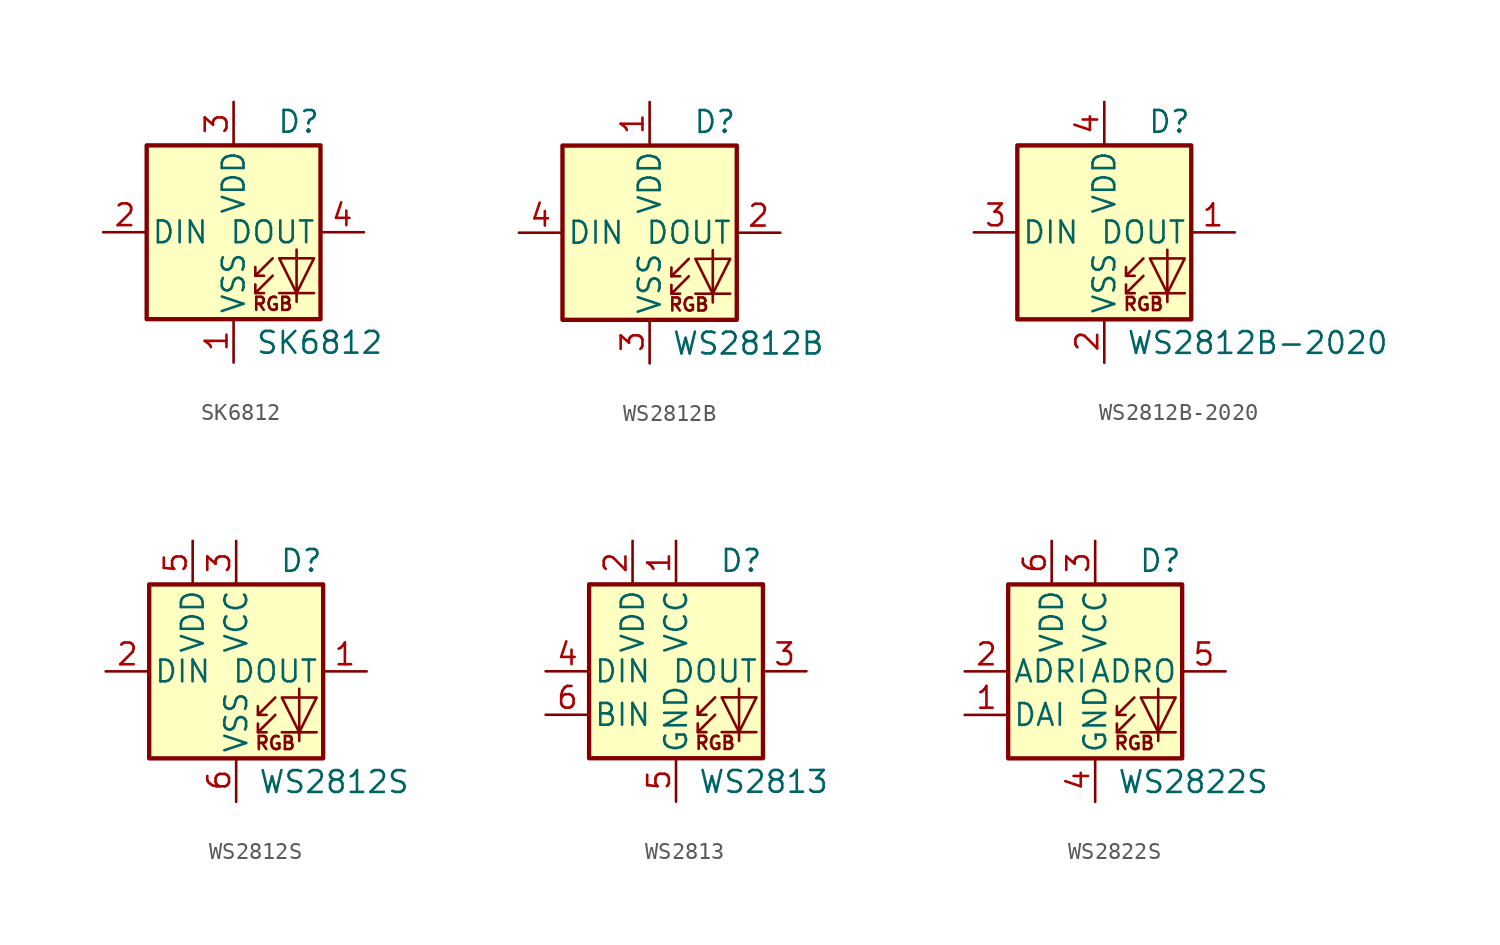
<source format=kicad_sym>
(kicad_symbol_lib
  (version 20241209)
  (generator "kicad_symbol_editor")
  (generator_version "9.0")
  (symbol "SK6812"
    (pin_names
      (offset 0.254))
    (property "Reference" "D"
      (at 5.08 5.715 0)
      (effects (font (size 1.27 1.27)) (justify right bottom)))
    (property "Value" "SK6812"
      (at 1.27 -5.715 0)
      (effects (font (size 1.27 1.27)) (justify left top)))
    (symbol "SK6812_0_0"
      (text "RGB" (at 2.286 -4.191 0) (effects (font (size 0.762 0.762)))))
    (symbol "SK6812_0_1"
      (polyline (pts (xy 1.27 -2.54) (xy 1.778 -2.54)) (stroke (width 0) (type default)) (fill (type none)))
      (polyline (pts (xy 1.27 -3.556) (xy 1.778 -3.556)) (stroke (width 0) (type default)) (fill (type none)))
      (polyline (pts (xy 2.286 -1.524) (xy 1.27 -2.54) (xy 1.27 -2.032)) (stroke (width 0) (type default)) (fill (type none)))
      (polyline (pts (xy 2.286 -2.54) (xy 1.27 -3.556) (xy 1.27 -3.048)) (stroke (width 0) (type default)) (fill (type none)))
      (polyline (pts (xy 3.683 -1.016) (xy 3.683 -3.556) (xy 3.683 -4.064)) (stroke (width 0) (type default)) (fill (type none)))
      (polyline (pts (xy 4.699 -1.524) (xy 2.667 -1.524) (xy 3.683 -3.556) (xy 4.699 -1.524)) (stroke (width 0) (type default)) (fill (type none)))
      (polyline (pts (xy 4.699 -3.556) (xy 2.667 -3.556)) (stroke (width 0) (type default)) (fill (type none)))
      (rectangle (start 5.08 5.08) (end -5.08 -5.08) (stroke (width 0.254) (type default)) (fill (type background))))
    (symbol "SK6812_1_1"
      (pin input line (at -7.62 0 0) (length 2.54) (name "DIN" (effects (font (size 1.27 1.27)))) (number "2" (effects (font (size 1.27 1.27)))))
      (pin power_in line (at 0 7.62 270) (length 2.54) (name "VDD" (effects (font (size 1.27 1.27)))) (number "3" (effects (font (size 1.27 1.27)))))
      (pin power_in line (at 0 -7.62 90) (length 2.54) (name "VSS" (effects (font (size 1.27 1.27)))) (number "1" (effects (font (size 1.27 1.27)))))
      (pin output line (at 7.62 0 180) (length 2.54) (name "DOUT" (effects (font (size 1.27 1.27)))) (number "4" (effects (font (size 1.27 1.27)))))))
  (symbol "WS2812B"
    (pin_names
      (offset 0.254))
    (property "Reference" "D"
      (at 5.08 5.715 0)
      (effects (font (size 1.27 1.27)) (justify right bottom)))
    (property "Value" "WS2812B"
      (at 1.27 -5.715 0)
      (effects (font (size 1.27 1.27)) (justify left top)))
    (symbol "WS2812B_0_0"
      (text "RGB" (at 2.286 -4.191 0) (effects (font (size 0.762 0.762)))))
    (symbol "WS2812B_0_1"
      (polyline (pts (xy 1.27 -2.54) (xy 1.778 -2.54)) (stroke (width 0) (type default)) (fill (type none)))
      (polyline (pts (xy 1.27 -3.556) (xy 1.778 -3.556)) (stroke (width 0) (type default)) (fill (type none)))
      (polyline (pts (xy 2.286 -1.524) (xy 1.27 -2.54) (xy 1.27 -2.032)) (stroke (width 0) (type default)) (fill (type none)))
      (polyline (pts (xy 2.286 -2.54) (xy 1.27 -3.556) (xy 1.27 -3.048)) (stroke (width 0) (type default)) (fill (type none)))
      (polyline (pts (xy 3.683 -1.016) (xy 3.683 -3.556) (xy 3.683 -4.064)) (stroke (width 0) (type default)) (fill (type none)))
      (polyline (pts (xy 4.699 -1.524) (xy 2.667 -1.524) (xy 3.683 -3.556) (xy 4.699 -1.524)) (stroke (width 0) (type default)) (fill (type none)))
      (polyline (pts (xy 4.699 -3.556) (xy 2.667 -3.556)) (stroke (width 0) (type default)) (fill (type none)))
      (rectangle (start 5.08 5.08) (end -5.08 -5.08) (stroke (width 0.254) (type default)) (fill (type background))))
    (symbol "WS2812B_1_1"
      (pin input line (at -7.62 0 0) (length 2.54) (name "DIN" (effects (font (size 1.27 1.27)))) (number "4" (effects (font (size 1.27 1.27)))))
      (pin power_in line (at 0 7.62 270) (length 2.54) (name "VDD" (effects (font (size 1.27 1.27)))) (number "1" (effects (font (size 1.27 1.27)))))
      (pin power_in line (at 0 -7.62 90) (length 2.54) (name "VSS" (effects (font (size 1.27 1.27)))) (number "3" (effects (font (size 1.27 1.27)))))
      (pin output line (at 7.62 0 180) (length 2.54) (name "DOUT" (effects (font (size 1.27 1.27)))) (number "2" (effects (font (size 1.27 1.27)))))))
  (symbol "WS2812B-2020"
    (pin_names
      (offset 0.254))
    (property "Reference" "D"
      (at 5.08 5.715 0)
      (effects (font (size 1.27 1.27)) (justify right bottom)))
    (property "Value" "WS2812B-2020"
      (at 1.27 -5.715 0)
      (effects (font (size 1.27 1.27)) (justify left top)))
    (symbol "WS2812B-2020_0_0"
      (text "RGB" (at 2.286 -4.191 0) (effects (font (size 0.762 0.762)))))
    (symbol "WS2812B-2020_0_1"
      (polyline (pts (xy 1.27 -2.54) (xy 1.778 -2.54)) (stroke (width 0) (type default)) (fill (type none)))
      (polyline (pts (xy 1.27 -3.556) (xy 1.778 -3.556)) (stroke (width 0) (type default)) (fill (type none)))
      (polyline (pts (xy 2.286 -1.524) (xy 1.27 -2.54) (xy 1.27 -2.032)) (stroke (width 0) (type default)) (fill (type none)))
      (polyline (pts (xy 2.286 -2.54) (xy 1.27 -3.556) (xy 1.27 -3.048)) (stroke (width 0) (type default)) (fill (type none)))
      (polyline (pts (xy 3.683 -1.016) (xy 3.683 -3.556) (xy 3.683 -4.064)) (stroke (width 0) (type default)) (fill (type none)))
      (polyline (pts (xy 4.699 -1.524) (xy 2.667 -1.524) (xy 3.683 -3.556) (xy 4.699 -1.524)) (stroke (width 0) (type default)) (fill (type none)))
      (polyline (pts (xy 4.699 -3.556) (xy 2.667 -3.556)) (stroke (width 0) (type default)) (fill (type none)))
      (rectangle (start 5.08 5.08) (end -5.08 -5.08) (stroke (width 0.254) (type default)) (fill (type background))))
    (symbol "WS2812B-2020_1_1"
      (pin input line (at -7.62 0 0) (length 2.54) (name "DIN" (effects (font (size 1.27 1.27)))) (number "3" (effects (font (size 1.27 1.27)))))
      (pin power_in line (at 0 7.62 270) (length 2.54) (name "VDD" (effects (font (size 1.27 1.27)))) (number "4" (effects (font (size 1.27 1.27)))))
      (pin power_in line (at 0 -7.62 90) (length 2.54) (name "VSS" (effects (font (size 1.27 1.27)))) (number "2" (effects (font (size 1.27 1.27)))))
      (pin output line (at 7.62 0 180) (length 2.54) (name "DOUT" (effects (font (size 1.27 1.27)))) (number "1" (effects (font (size 1.27 1.27)))))))
  (symbol "WS2812S"
    (pin_names
      (offset 0.254))
    (property "Reference" "D"
      (at 5.08 5.715 0)
      (effects (font (size 1.27 1.27)) (justify right bottom)))
    (property "Value" "WS2812S"
      (at 1.27 -5.715 0)
      (effects (font (size 1.27 1.27)) (justify left top)))
    (symbol "WS2812S_0_0"
      (text "RGB" (at 2.286 -4.191 0) (effects (font (size 0.762 0.762)))))
    (symbol "WS2812S_0_1"
      (polyline (pts (xy 1.27 -2.54) (xy 1.778 -2.54)) (stroke (width 0) (type default)) (fill (type none)))
      (polyline (pts (xy 1.27 -3.556) (xy 1.778 -3.556)) (stroke (width 0) (type default)) (fill (type none)))
      (polyline (pts (xy 2.286 -1.524) (xy 1.27 -2.54) (xy 1.27 -2.032)) (stroke (width 0) (type default)) (fill (type none)))
      (polyline (pts (xy 2.286 -2.54) (xy 1.27 -3.556) (xy 1.27 -3.048)) (stroke (width 0) (type default)) (fill (type none)))
      (polyline (pts (xy 3.683 -1.016) (xy 3.683 -3.556) (xy 3.683 -4.064)) (stroke (width 0) (type default)) (fill (type none)))
      (polyline (pts (xy 4.699 -1.524) (xy 2.667 -1.524) (xy 3.683 -3.556) (xy 4.699 -1.524)) (stroke (width 0) (type default)) (fill (type none)))
      (polyline (pts (xy 4.699 -3.556) (xy 2.667 -3.556)) (stroke (width 0) (type default)) (fill (type none)))
      (rectangle (start 5.08 5.08) (end -5.08 -5.08) (stroke (width 0.254) (type default)) (fill (type background))))
    (symbol "WS2812S_1_1"
      (pin input line (at -7.62 0 0) (length 2.54) (name "DIN" (effects (font (size 1.27 1.27)))) (number "2" (effects (font (size 1.27 1.27)))))
      (pin power_in line (at -2.54 7.62 270) (length 2.54) (name "VDD" (effects (font (size 1.27 1.27)))) (number "5" (effects (font (size 1.27 1.27)))))
      (pin power_in line (at 0 7.62 270) (length 2.54) (name "VCC" (effects (font (size 1.27 1.27)))) (number "3" (effects (font (size 1.27 1.27)))))
      (pin power_in line (at 0 -7.62 90) (length 2.54) (name "VSS" (effects (font (size 1.27 1.27)))) (number "6" (effects (font (size 1.27 1.27)))))
      (pin no_connect line (at 5.08 2.54 180) (length 2.54) (hide yes) (name "NC" (effects (font (size 1.27 1.27)))) (number "4" (effects (font (size 1.27 1.27)))))
      (pin output line (at 7.62 0 180) (length 2.54) (name "DOUT" (effects (font (size 1.27 1.27)))) (number "1" (effects (font (size 1.27 1.27)))))))
  (symbol "WS2813"
    (pin_names
      (offset 0.254))
    (property "Reference" "D"
      (at 5.08 5.715 0)
      (effects (font (size 1.27 1.27)) (justify right bottom)))
    (property "Value" "WS2813"
      (at 1.27 -5.715 0)
      (effects (font (size 1.27 1.27)) (justify left top)))
    (symbol "WS2813_0_0"
      (text "RGB" (at 2.286 -4.191 0) (effects (font (size 0.762 0.762)))))
    (symbol "WS2813_0_1"
      (polyline (pts (xy 1.27 -2.54) (xy 1.778 -2.54)) (stroke (width 0) (type default)) (fill (type none)))
      (polyline (pts (xy 1.27 -3.556) (xy 1.778 -3.556)) (stroke (width 0) (type default)) (fill (type none)))
      (polyline (pts (xy 2.286 -1.524) (xy 1.27 -2.54) (xy 1.27 -2.032)) (stroke (width 0) (type default)) (fill (type none)))
      (polyline (pts (xy 2.286 -2.54) (xy 1.27 -3.556) (xy 1.27 -3.048)) (stroke (width 0) (type default)) (fill (type none)))
      (polyline (pts (xy 3.683 -1.016) (xy 3.683 -3.556) (xy 3.683 -4.064)) (stroke (width 0) (type default)) (fill (type none)))
      (polyline (pts (xy 4.699 -1.524) (xy 2.667 -1.524) (xy 3.683 -3.556) (xy 4.699 -1.524)) (stroke (width 0) (type default)) (fill (type none)))
      (polyline (pts (xy 4.699 -3.556) (xy 2.667 -3.556)) (stroke (width 0) (type default)) (fill (type none)))
      (rectangle (start 5.08 5.08) (end -5.08 -5.08) (stroke (width 0.254) (type default)) (fill (type background))))
    (symbol "WS2813_1_1"
      (pin input line (at -7.62 0 0) (length 2.54) (name "DIN" (effects (font (size 1.27 1.27)))) (number "4" (effects (font (size 1.27 1.27)))))
      (pin input line (at -7.62 -2.54 0) (length 2.54) (name "BIN" (effects (font (size 1.27 1.27)))) (number "6" (effects (font (size 1.27 1.27)))))
      (pin power_in line (at -2.54 7.62 270) (length 2.54) (name "VDD" (effects (font (size 1.27 1.27)))) (number "2" (effects (font (size 1.27 1.27)))))
      (pin power_in line (at 0 7.62 270) (length 2.54) (name "VCC" (effects (font (size 1.27 1.27)))) (number "1" (effects (font (size 1.27 1.27)))))
      (pin power_in line (at 0 -7.62 90) (length 2.54) (name "GND" (effects (font (size 1.27 1.27)))) (number "5" (effects (font (size 1.27 1.27)))))
      (pin output line (at 7.62 0 180) (length 2.54) (name "DOUT" (effects (font (size 1.27 1.27)))) (number "3" (effects (font (size 1.27 1.27)))))))
  (symbol "WS2822S"
    (pin_names
      (offset 0.254))
    (property "Reference" "D"
      (at 5.08 5.715 0)
      (effects (font (size 1.27 1.27)) (justify right bottom)))
    (property "Value" "WS2822S"
      (at 1.27 -5.715 0)
      (effects (font (size 1.27 1.27)) (justify left top)))
    (symbol "WS2822S_0_0"
      (text "RGB" (at 2.286 -4.191 0) (effects (font (size 0.762 0.762)))))
    (symbol "WS2822S_0_1"
      (rectangle (start -5.08 5.08) (end 5.08 -5.08) (stroke (width 0.254) (type default)) (fill (type background)))
      (polyline (pts (xy 1.27 -2.54) (xy 1.778 -2.54)) (stroke (width 0) (type default)) (fill (type none)))
      (polyline (pts (xy 1.27 -3.556) (xy 1.778 -3.556)) (stroke (width 0) (type default)) (fill (type none)))
      (polyline (pts (xy 2.286 -1.524) (xy 1.27 -2.54) (xy 1.27 -2.032)) (stroke (width 0) (type default)) (fill (type none)))
      (polyline (pts (xy 2.286 -2.54) (xy 1.27 -3.556) (xy 1.27 -3.048)) (stroke (width 0) (type default)) (fill (type none)))
      (polyline (pts (xy 3.683 -1.016) (xy 3.683 -3.556) (xy 3.683 -4.064)) (stroke (width 0) (type default)) (fill (type none)))
      (polyline (pts (xy 4.699 -1.524) (xy 2.667 -1.524) (xy 3.683 -3.556) (xy 4.699 -1.524)) (stroke (width 0) (type default)) (fill (type none)))
      (polyline (pts (xy 4.699 -3.556) (xy 2.667 -3.556)) (stroke (width 0) (type default)) (fill (type none))))
    (symbol "WS2822S_1_1"
      (pin input line (at -7.62 0 0) (length 2.54) (name "ADRI" (effects (font (size 1.27 1.27)))) (number "2" (effects (font (size 1.27 1.27)))))
      (pin input line (at -7.62 -2.54 0) (length 2.54) (name "DAI" (effects (font (size 1.27 1.27)))) (number "1" (effects (font (size 1.27 1.27)))))
      (pin power_in line (at -2.54 7.62 270) (length 2.54) (name "VDD" (effects (font (size 1.27 1.27)))) (number "6" (effects (font (size 1.27 1.27)))))
      (pin power_in line (at 0 7.62 270) (length 2.54) (name "VCC" (effects (font (size 1.27 1.27)))) (number "3" (effects (font (size 1.27 1.27)))))
      (pin power_in line (at 0 -7.62 90) (length 2.54) (name "GND" (effects (font (size 1.27 1.27)))) (number "4" (effects (font (size 1.27 1.27)))))
      (pin output line (at 7.62 0 180) (length 2.54) (name "ADRO" (effects (font (size 1.27 1.27)))) (number "5" (effects (font (size 1.27 1.27))))))))
</source>
